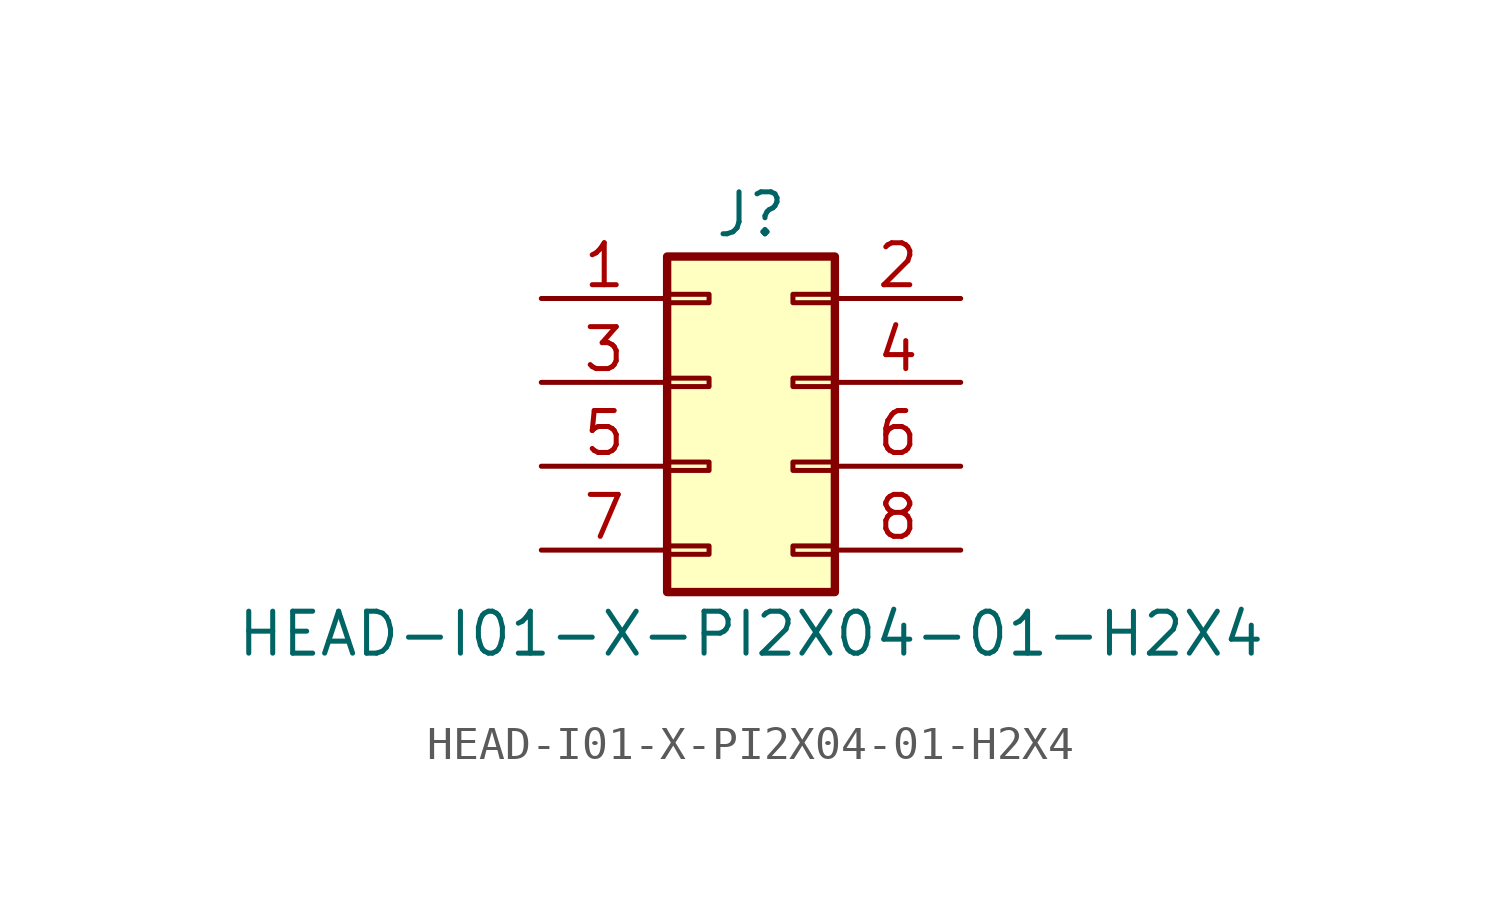
<source format=kicad_sym>
(kicad_symbol_lib
  (version 20211014)
  (generator kicad_symbol_editor)
  (symbol "HEAD-I01-X-PI2X04-01-H2X4"
    (pin_names
      (offset 1.016) hide)
    (property "Reference" "J"
      (at 1.27 5.08 0)
      (effects (font (size 1.27 1.27))))
    (property "Value" "HEAD-I01-X-PI2X04-01-H2X4"
      (at 1.27 -7.62 0)
      (effects (font (size 1.27 1.27))))
    (symbol "HEAD-I01-X-PI2X04-01-H2X4_1_1"
      (rectangle (start -1.27 -4.953) (end 0 -5.207) (stroke (width 0.152) (type default) (color 0 0 0 0)) (fill (type none)))
      (rectangle (start -1.27 -2.413) (end 0 -2.667) (stroke (width 0.152) (type default) (color 0 0 0 0)) (fill (type none)))
      (rectangle (start -1.27 0.127) (end 0 -0.127) (stroke (width 0.152) (type default) (color 0 0 0 0)) (fill (type none)))
      (rectangle (start -1.27 2.667) (end 0 2.413) (stroke (width 0.152) (type default) (color 0 0 0 0)) (fill (type none)))
      (rectangle (start -1.27 3.81) (end 3.81 -6.35) (stroke (width 0.254) (type default) (color 0 0 0 0)) (fill (type background)))
      (rectangle (start 3.81 -4.953) (end 2.54 -5.207) (stroke (width 0.152) (type default) (color 0 0 0 0)) (fill (type none)))
      (rectangle (start 3.81 -2.413) (end 2.54 -2.667) (stroke (width 0.152) (type default) (color 0 0 0 0)) (fill (type none)))
      (rectangle (start 3.81 0.127) (end 2.54 -0.127) (stroke (width 0.152) (type default) (color 0 0 0 0)) (fill (type none)))
      (rectangle (start 3.81 2.667) (end 2.54 2.413) (stroke (width 0.152) (type default) (color 0 0 0 0)) (fill (type none)))
      (pin passive line (at -5.08 2.54 0) (length 3.81) (name "Pin_1" (effects (font (size 1.27 1.27)))) (number "1" (effects (font (size 1.27 1.27)))))
      (pin passive line (at 7.62 2.54 180) (length 3.81) (name "Pin_2" (effects (font (size 1.27 1.27)))) (number "2" (effects (font (size 1.27 1.27)))))
      (pin passive line (at -5.08 0 0) (length 3.81) (name "Pin_3" (effects (font (size 1.27 1.27)))) (number "3" (effects (font (size 1.27 1.27)))))
      (pin passive line (at 7.62 0 180) (length 3.81) (name "Pin_4" (effects (font (size 1.27 1.27)))) (number "4" (effects (font (size 1.27 1.27)))))
      (pin passive line (at -5.08 -2.54 0) (length 3.81) (name "Pin_5" (effects (font (size 1.27 1.27)))) (number "5" (effects (font (size 1.27 1.27)))))
      (pin passive line (at 7.62 -2.54 180) (length 3.81) (name "Pin_6" (effects (font (size 1.27 1.27)))) (number "6" (effects (font (size 1.27 1.27)))))
      (pin passive line (at -5.08 -5.08 0) (length 3.81) (name "Pin_7" (effects (font (size 1.27 1.27)))) (number "7" (effects (font (size 1.27 1.27)))))
      (pin passive line (at 7.62 -5.08 180) (length 3.81) (name "Pin_8" (effects (font (size 1.27 1.27)))) (number "8" (effects (font (size 1.27 1.27))))))))
</source>
